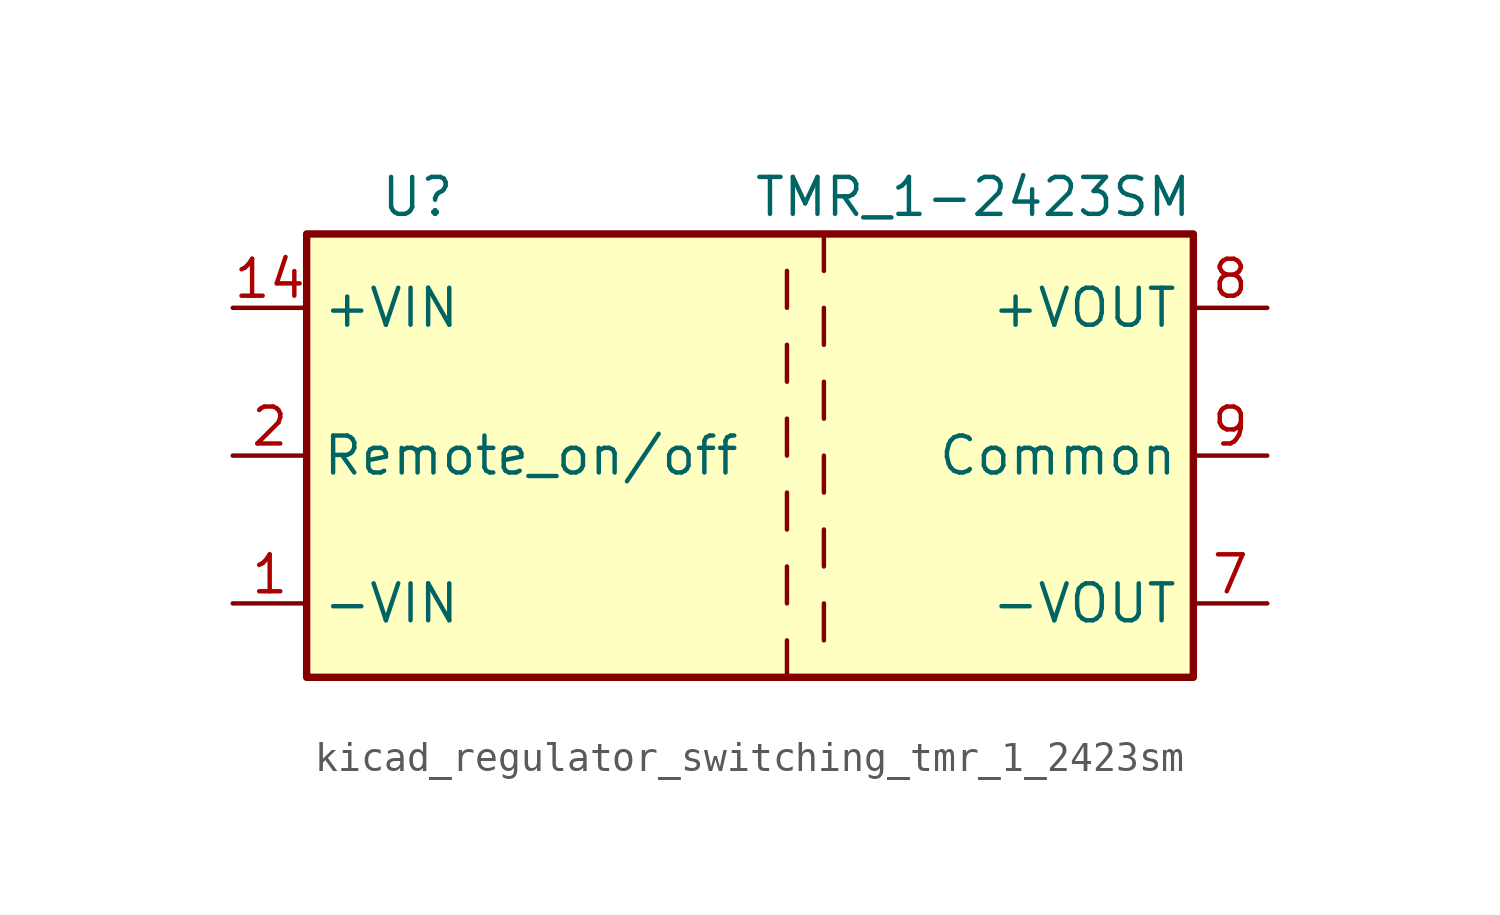
<source format=kicad_sym>
(kicad_symbol_lib
  (version 20220914)
  (generator kicad_symbol_editor)
  (symbol "kicad_regulator_switching_tmr_1_2423sm"
    (property "Reference" "U"
      (at -11.43 8.89 0)
      (effects (font (size 1.27 1.27))))
    (property "Value" "TMR_1-2423SM"
      (at 15.24 8.89 0)
      (effects (font (size 1.27 1.27)) (justify right)))
    (symbol "kicad_regulator_switching_tmr_1_2423sm_0_1"
      (rectangle (start -15.24 7.62) (end 15.24 -7.62) (stroke (width 0.254) (type default)) (fill (type background)))
      (polyline (pts (xy 1.27 -6.35) (xy 1.27 -7.62)) (stroke (width 0) (type default)) (fill (type none)))
      (polyline (pts (xy 1.27 -3.81) (xy 1.27 -5.08)) (stroke (width 0) (type default)) (fill (type none)))
      (polyline (pts (xy 1.27 -1.27) (xy 1.27 -2.54)) (stroke (width 0) (type default)) (fill (type none)))
      (polyline (pts (xy 1.27 1.27) (xy 1.27 0)) (stroke (width 0) (type default)) (fill (type none)))
      (polyline (pts (xy 1.27 3.81) (xy 1.27 2.54)) (stroke (width 0) (type default)) (fill (type none)))
      (polyline (pts (xy 1.27 6.35) (xy 1.27 5.08)) (stroke (width 0) (type default)) (fill (type none)))
      (polyline (pts (xy 2.54 -5.08) (xy 2.54 -6.35)) (stroke (width 0) (type default)) (fill (type none)))
      (polyline (pts (xy 2.54 -2.54) (xy 2.54 -3.81)) (stroke (width 0) (type default)) (fill (type none)))
      (polyline (pts (xy 2.54 0) (xy 2.54 -1.27)) (stroke (width 0) (type default)) (fill (type none)))
      (polyline (pts (xy 2.54 2.54) (xy 2.54 1.27)) (stroke (width 0) (type default)) (fill (type none)))
      (polyline (pts (xy 2.54 5.08) (xy 2.54 3.81)) (stroke (width 0) (type default)) (fill (type none)))
      (polyline (pts (xy 2.54 7.62) (xy 2.54 6.35)) (stroke (width 0) (type default)) (fill (type none))))
    (symbol "kicad_regulator_switching_tmr_1_2423sm_1_1"
      (pin power_in line (at -17.78 -5.08 0) (length 2.54) (name "-VIN" (effects (font (size 1.27 1.27)))) (number "1" (effects (font (size 1.27 1.27)))))
      (pin power_in line (at -17.78 5.08 0) (length 2.54) (name "+VIN" (effects (font (size 1.27 1.27)))) (number "14" (effects (font (size 1.27 1.27)))))
      (pin input line (at -17.78 0 0) (length 2.54) (name "Remote_on/off" (effects (font (size 1.27 1.27)))) (number "2" (effects (font (size 1.27 1.27)))))
      (pin passive line (at 17.78 0 180) (length 2.54) hide (name "Common" (effects (font (size 1.27 1.27)))) (number "6" (effects (font (size 1.27 1.27)))))
      (pin power_out line (at 17.78 -5.08 180) (length 2.54) (name "-VOUT" (effects (font (size 1.27 1.27)))) (number "7" (effects (font (size 1.27 1.27)))))
      (pin power_out line (at 17.78 5.08 180) (length 2.54) (name "+VOUT" (effects (font (size 1.27 1.27)))) (number "8" (effects (font (size 1.27 1.27)))))
      (pin power_out line (at 17.78 0 180) (length 2.54) (name "Common" (effects (font (size 1.27 1.27)))) (number "9" (effects (font (size 1.27 1.27))))))))
</source>
